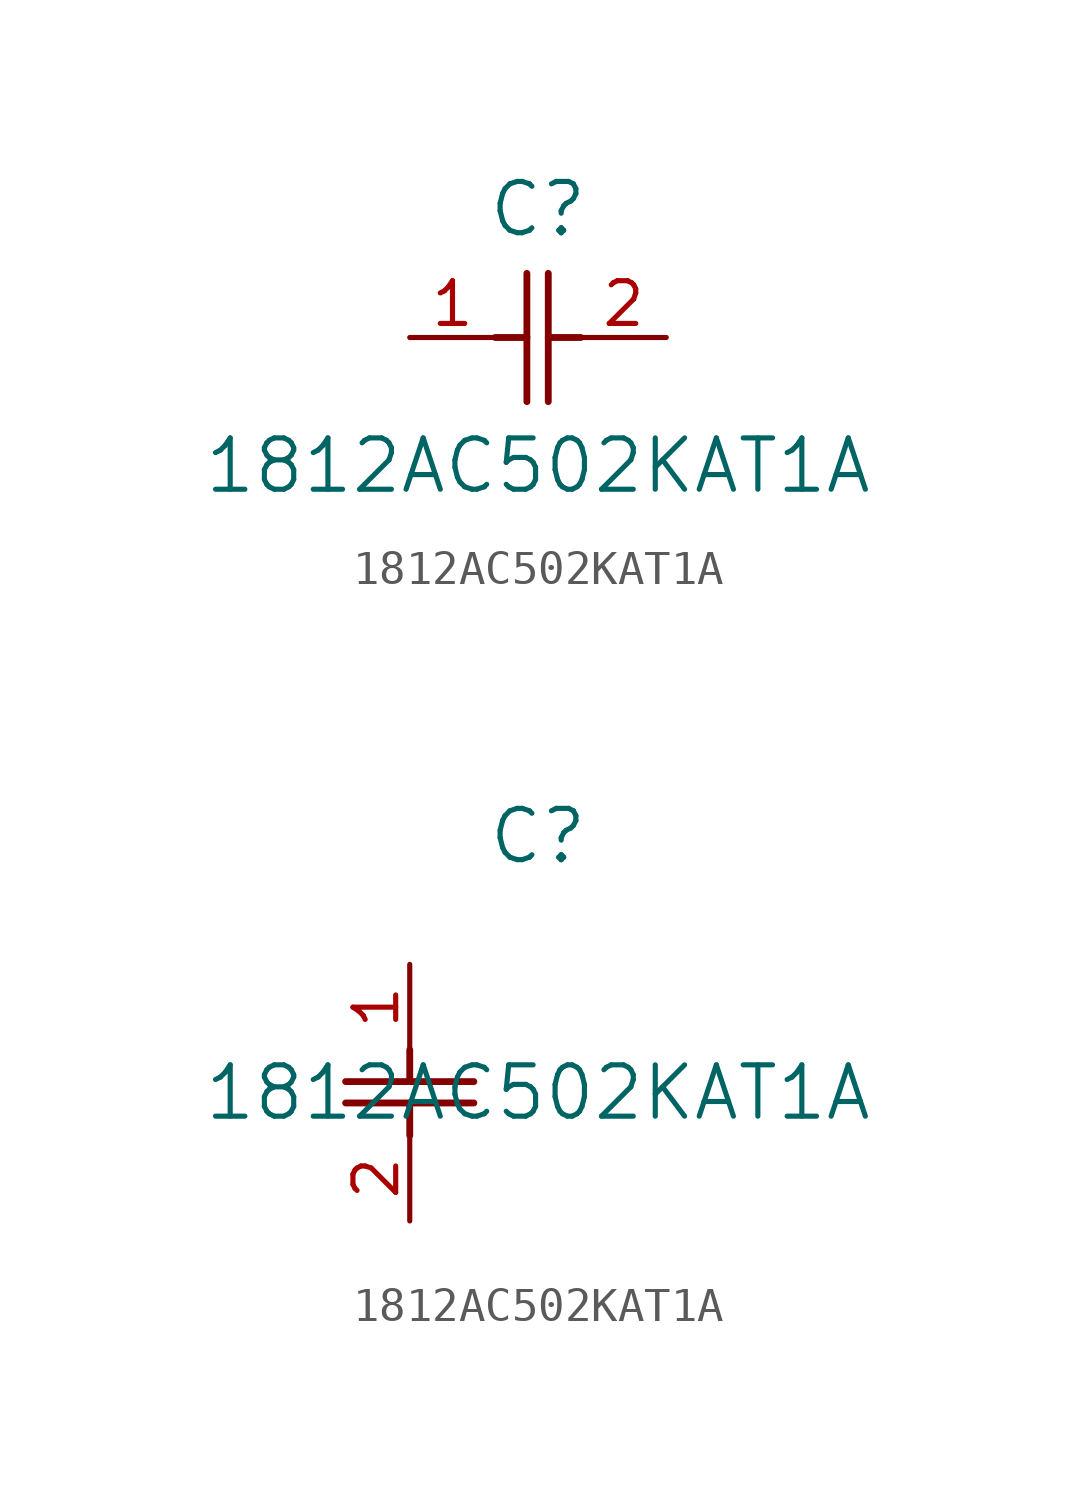
<source format=kicad_sym>
(kicad_symbol_lib
  (version 20211014)
  (generator kicad_symbol_editor)
  (symbol "1812AC502KAT1A"
    (pin_names
      (offset 0.254))
    (property "Reference" "C"
      (at 3.81 3.81 0)
      (effects (font (size 1.524 1.524))))
    (property "Value" "1812AC502KAT1A"
      (at 3.81 -3.81 0)
      (effects (font (size 1.524 1.524))))
    (symbol "1812AC502KAT1A_1_1"
      (polyline (pts (xy 3.48 -1.905) (xy 3.48 1.905)) (stroke (width 0.203) (type default) (color 0 0 0 0)) (fill (type none)))
      (polyline (pts (xy 4.115 -1.905) (xy 4.115 1.905)) (stroke (width 0.203) (type default) (color 0 0 0 0)) (fill (type none)))
      (polyline (pts (xy 4.115 0) (xy 5.08 0)) (stroke (width 0.203) (type default) (color 0 0 0 0)) (fill (type none)))
      (polyline (pts (xy 2.54 0) (xy 3.48 0)) (stroke (width 0.203) (type default) (color 0 0 0 0)) (fill (type none)))
      (pin unspecified line (at 0 0 0) (length 2.54) (name "" (effects (font (size 1.27 1.27)))) (number "1" (effects (font (size 1.27 1.27)))))
      (pin unspecified line (at 7.62 0 180) (length 2.54) (name "" (effects (font (size 1.27 1.27)))) (number "2" (effects (font (size 1.27 1.27))))))
    (symbol "1812AC502KAT1A_1_2"
      (polyline (pts (xy -1.905 -3.48) (xy 1.905 -3.48)) (stroke (width 0.203) (type default) (color 0 0 0 0)) (fill (type none)))
      (polyline (pts (xy -1.905 -4.115) (xy 1.905 -4.115)) (stroke (width 0.203) (type default) (color 0 0 0 0)) (fill (type none)))
      (polyline (pts (xy 0 -4.115) (xy 0 -5.08)) (stroke (width 0.203) (type default) (color 0 0 0 0)) (fill (type none)))
      (polyline (pts (xy 0 -2.54) (xy 0 -3.48)) (stroke (width 0.203) (type default) (color 0 0 0 0)) (fill (type none)))
      (pin unspecified line (at 0 0 270) (length 2.54) (name "" (effects (font (size 1.27 1.27)))) (number "1" (effects (font (size 1.27 1.27)))))
      (pin unspecified line (at 0 -7.62 90) (length 2.54) (name "" (effects (font (size 1.27 1.27)))) (number "2" (effects (font (size 1.27 1.27))))))))
</source>
